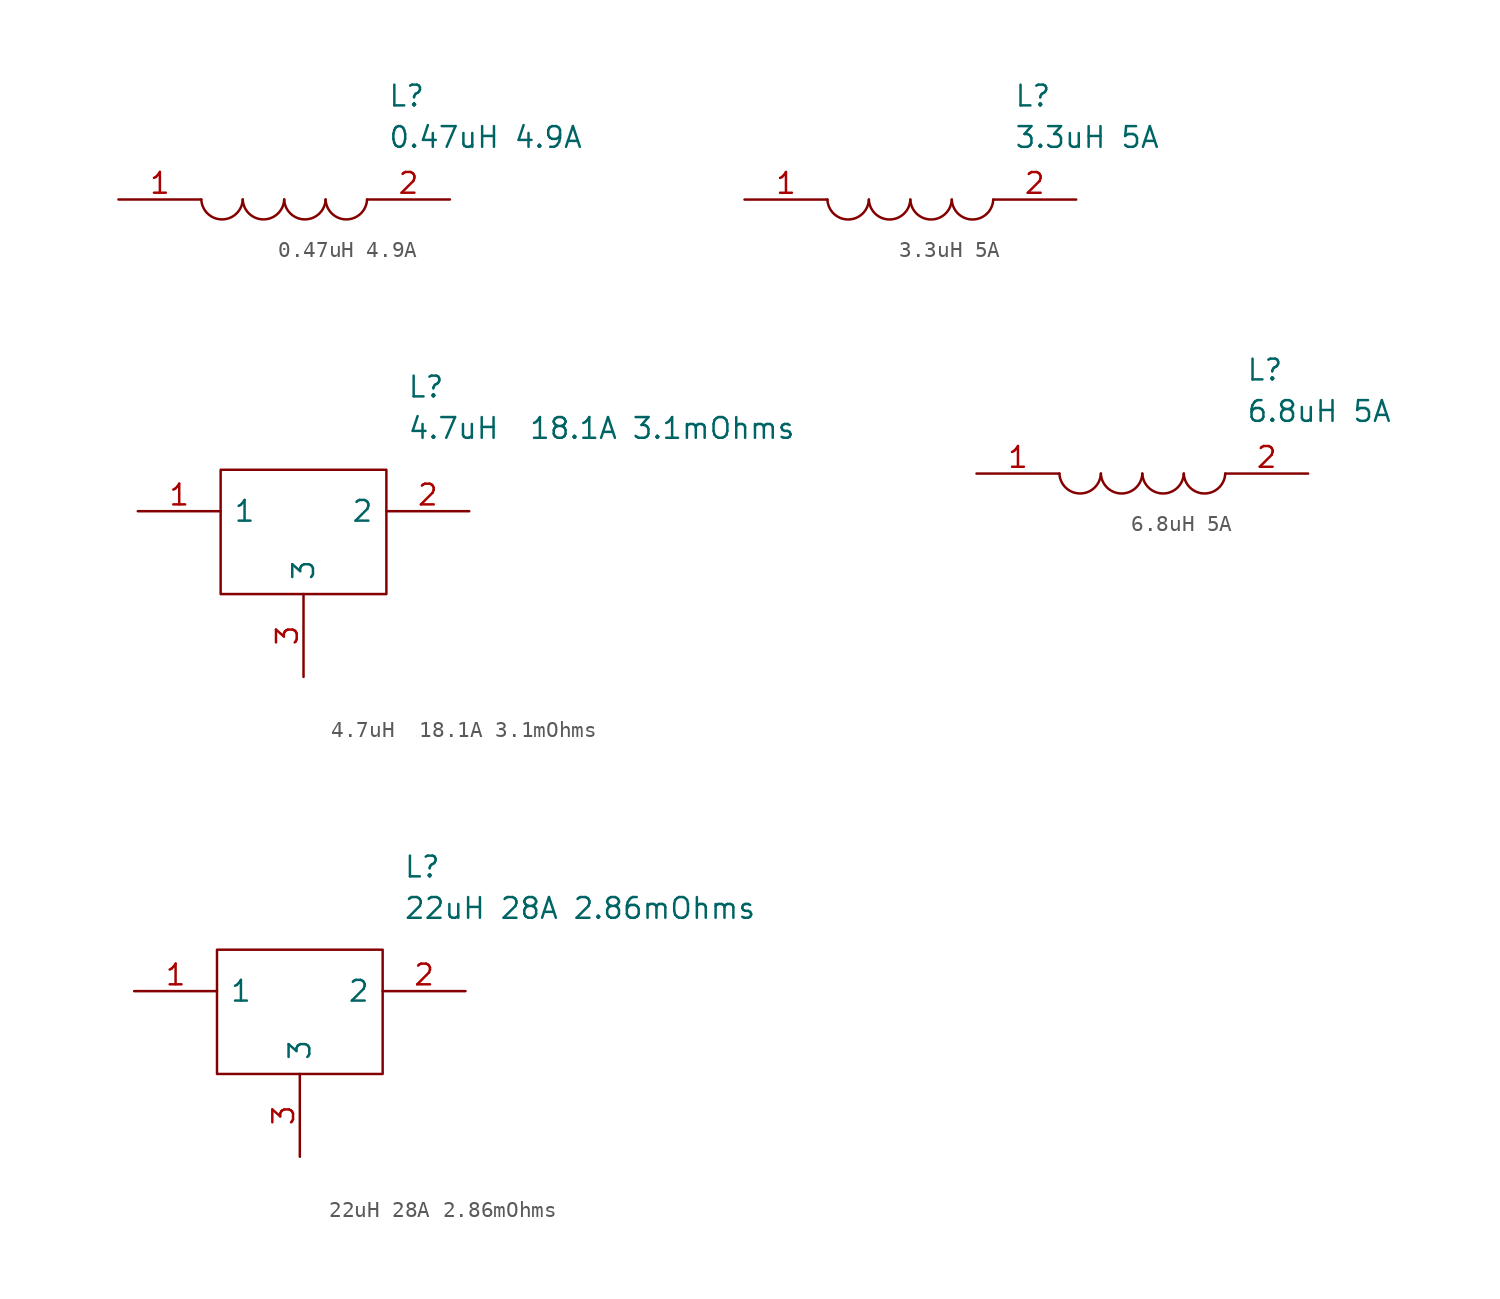
<source format=kicad_sym>
(kicad_symbol_lib
  (version 20211014)
  (generator kicad_symbol_editor)
  (symbol "0.47uH 4.9A"
    (pin_names
      (offset 0.762))
    (property "Reference" "L"
      (at 16.51 6.35 0)
      (effects (font (size 1.27 1.27)) (justify left)))
    (property "Value" "0.47uH 4.9A"
      (at 16.51 3.81 0)
      (effects (font (size 1.27 1.27)) (justify left)))
    (symbol "0.47uH 4.9A_0_0"
      (pin passive line (at 0 0 0) (length 5.08) (name "~" (effects (font (size 1.27 1.27)))) (number "1" (effects (font (size 1.27 1.27)))))
      (pin passive line (at 20.32 0 180) (length 5.08) (name "~" (effects (font (size 1.27 1.27)))) (number "2" (effects (font (size 1.27 1.27))))))
    (symbol "0.47uH 4.9A_0_1"
      (arc (start 5.08 0) (mid 6.35 -1.3218) (end 7.62 0) (stroke (width 0.1524) (type default) (color 0 0 0 0)) (fill (type none)))
      (arc (start 7.62 0) (mid 8.89 -1.3218) (end 10.16 0) (stroke (width 0.1524) (type default) (color 0 0 0 0)) (fill (type none)))
      (arc (start 10.16 0) (mid 11.43 -1.3218) (end 12.7 0) (stroke (width 0.1524) (type default) (color 0 0 0 0)) (fill (type none)))
      (arc (start 12.7 0) (mid 13.97 -1.3218) (end 15.24 0) (stroke (width 0.1524) (type default) (color 0 0 0 0)) (fill (type none)))))
  (symbol "3.3uH 5A"
    (pin_names
      (offset 0.762))
    (property "Reference" "L"
      (at 16.51 6.35 0)
      (effects (font (size 1.27 1.27)) (justify left)))
    (property "Value" "3.3uH 5A"
      (at 16.51 3.81 0)
      (effects (font (size 1.27 1.27)) (justify left)))
    (symbol "3.3uH 5A_0_0"
      (pin passive line (at 0 0 0) (length 5.08) (name "~" (effects (font (size 1.27 1.27)))) (number "1" (effects (font (size 1.27 1.27)))))
      (pin passive line (at 20.32 0 180) (length 5.08) (name "~" (effects (font (size 1.27 1.27)))) (number "2" (effects (font (size 1.27 1.27))))))
    (symbol "3.3uH 5A_0_1"
      (arc (start 5.08 0) (mid 6.35 -1.3218) (end 7.62 0) (stroke (width 0.1524) (type default) (color 0 0 0 0)) (fill (type none)))
      (arc (start 7.62 0) (mid 8.89 -1.3218) (end 10.16 0) (stroke (width 0.1524) (type default) (color 0 0 0 0)) (fill (type none)))
      (arc (start 10.16 0) (mid 11.43 -1.3218) (end 12.7 0) (stroke (width 0.1524) (type default) (color 0 0 0 0)) (fill (type none)))
      (arc (start 12.7 0) (mid 13.97 -1.3218) (end 15.24 0) (stroke (width 0.1524) (type default) (color 0 0 0 0)) (fill (type none)))))
  (symbol "4.7uH  18.1A 3.1mOhms"
    (pin_names
      (offset 0.762))
    (property "Reference" "L"
      (at 16.51 7.62 0)
      (effects (font (size 1.27 1.27)) (justify left)))
    (property "Value" "4.7uH  18.1A 3.1mOhms"
      (at 16.51 5.08 0)
      (effects (font (size 1.27 1.27)) (justify left)))
    (symbol "4.7uH  18.1A 3.1mOhms_0_0"
      (pin passive line (at 0 0 0) (length 5.08) (name "1" (effects (font (size 1.27 1.27)))) (number "1" (effects (font (size 1.27 1.27)))))
      (pin passive line (at 20.32 0 180) (length 5.08) (name "2" (effects (font (size 1.27 1.27)))) (number "2" (effects (font (size 1.27 1.27)))))
      (pin passive line (at 10.16 -10.16 90) (length 5.08) (name "3" (effects (font (size 1.27 1.27)))) (number "3" (effects (font (size 1.27 1.27))))))
    (symbol "4.7uH  18.1A 3.1mOhms_0_1"
      (polyline (pts (xy 5.08 2.54) (xy 15.24 2.54) (xy 15.24 -5.08) (xy 5.08 -5.08) (xy 5.08 2.54)) (stroke (width 0.152) (type default) (color 0 0 0 0)) (fill (type none)))))
  (symbol "6.8uH 5A"
    (pin_names
      (offset 0.762))
    (property "Reference" "L"
      (at 16.51 6.35 0)
      (effects (font (size 1.27 1.27)) (justify left)))
    (property "Value" "6.8uH 5A"
      (at 16.51 3.81 0)
      (effects (font (size 1.27 1.27)) (justify left)))
    (symbol "6.8uH 5A_0_0"
      (pin passive line (at 0 0 0) (length 5.08) (name "~" (effects (font (size 1.27 1.27)))) (number "1" (effects (font (size 1.27 1.27)))))
      (pin passive line (at 20.32 0 180) (length 5.08) (name "~" (effects (font (size 1.27 1.27)))) (number "2" (effects (font (size 1.27 1.27))))))
    (symbol "6.8uH 5A_0_1"
      (arc (start 5.08 0) (mid 6.35 -1.3218) (end 7.62 0) (stroke (width 0.1524) (type default) (color 0 0 0 0)) (fill (type none)))
      (arc (start 7.62 0) (mid 8.89 -1.3218) (end 10.16 0) (stroke (width 0.1524) (type default) (color 0 0 0 0)) (fill (type none)))
      (arc (start 10.16 0) (mid 11.43 -1.3218) (end 12.7 0) (stroke (width 0.1524) (type default) (color 0 0 0 0)) (fill (type none)))
      (arc (start 12.7 0) (mid 13.97 -1.3218) (end 15.24 0) (stroke (width 0.1524) (type default) (color 0 0 0 0)) (fill (type none)))))
  (symbol "22uH 28A 2.86mOhms"
    (pin_names
      (offset 0.762))
    (property "Reference" "L"
      (at 16.51 7.62 0)
      (effects (font (size 1.27 1.27)) (justify left)))
    (property "Value" "22uH 28A 2.86mOhms"
      (at 16.51 5.08 0)
      (effects (font (size 1.27 1.27)) (justify left)))
    (symbol "22uH 28A 2.86mOhms_0_0"
      (pin passive line (at 0 0 0) (length 5.08) (name "1" (effects (font (size 1.27 1.27)))) (number "1" (effects (font (size 1.27 1.27)))))
      (pin passive line (at 20.32 0 180) (length 5.08) (name "2" (effects (font (size 1.27 1.27)))) (number "2" (effects (font (size 1.27 1.27)))))
      (pin passive line (at 10.16 -10.16 90) (length 5.08) (name "3" (effects (font (size 1.27 1.27)))) (number "3" (effects (font (size 1.27 1.27))))))
    (symbol "22uH 28A 2.86mOhms_0_1"
      (polyline (pts (xy 5.08 2.54) (xy 15.24 2.54) (xy 15.24 -5.08) (xy 5.08 -5.08) (xy 5.08 2.54)) (stroke (width 0.152) (type default) (color 0 0 0 0)) (fill (type none))))))
</source>
